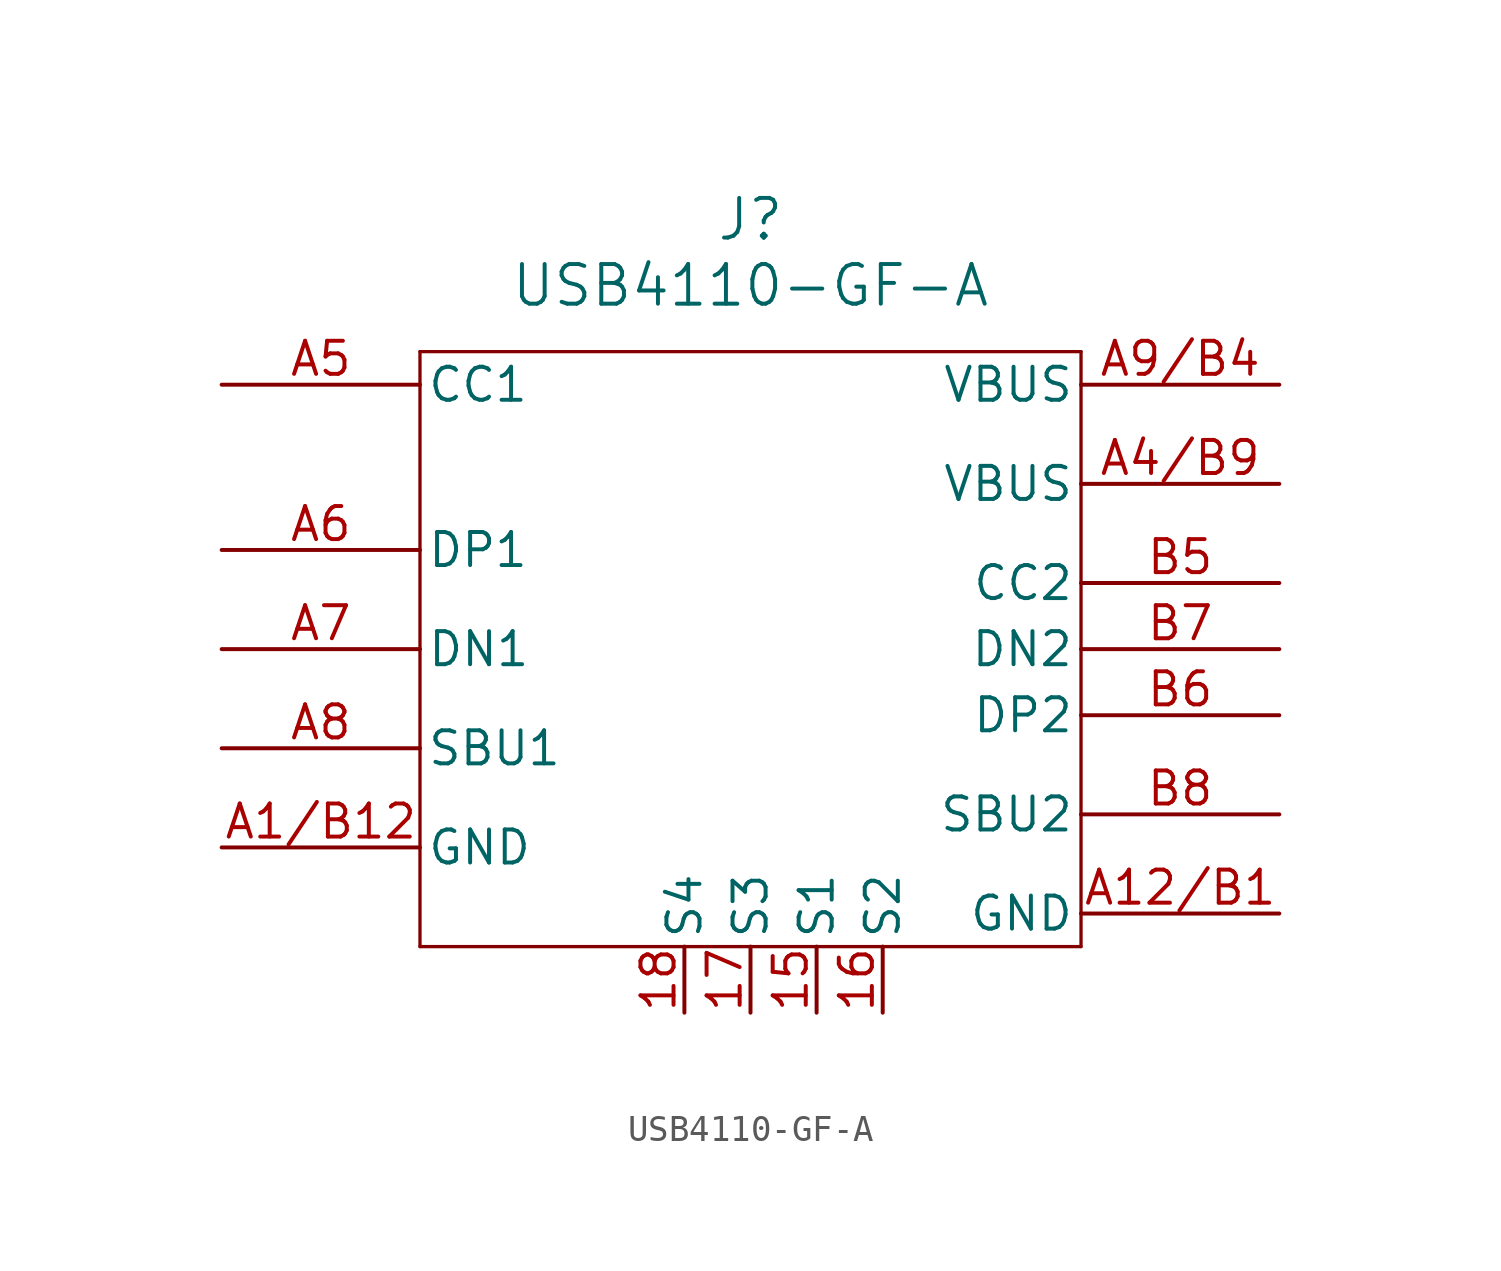
<source format=kicad_sym>
(kicad_symbol_lib
  (version 20231120)
  (generator "kicad_symbol_editor")
  (generator_version "8.0")
  (symbol "USB4110-GF-A"
    (pin_names
      (offset 0.254))
    (property "Reference" "J"
      (at 20.32 10.16 0)
      (effects (font (size 1.524 1.524))))
    (property "Value" "USB4110-GF-A"
      (at 20.32 7.62 0)
      (effects (font (size 1.524 1.524))))
    (property "ki_locked" ""
      (at 0 0 0)
      (effects (font (size 1.27 1.27))))
    (symbol "USB4110-GF-A_0_0"
      (pin power_out line (at 22.86 -20.32 90) (length 2.54) (name "S1" (effects (font (size 1.27 1.27)))) (number "15" (effects (font (size 1.27 1.27)))))
      (pin power_out line (at 25.4 -20.32 90) (length 2.54) (name "S2" (effects (font (size 1.27 1.27)))) (number "16" (effects (font (size 1.27 1.27)))))
      (pin power_out line (at 20.32 -20.32 90) (length 2.54) (name "S3" (effects (font (size 1.27 1.27)))) (number "17" (effects (font (size 1.27 1.27)))))
      (pin power_out line (at 17.78 -20.32 90) (length 2.54) (name "S4" (effects (font (size 1.27 1.27)))) (number "18" (effects (font (size 1.27 1.27))))))
    (symbol "USB4110-GF-A_0_1"
      (polyline (pts (xy 7.62 -17.78) (xy 33.02 -17.78)) (stroke (width 0.127) (type default)) (fill (type none)))
      (polyline (pts (xy 7.62 5.08) (xy 7.62 -17.78)) (stroke (width 0.127) (type default)) (fill (type none)))
      (polyline (pts (xy 33.02 -17.78) (xy 33.02 5.08)) (stroke (width 0.127) (type default)) (fill (type none)))
      (polyline (pts (xy 33.02 5.08) (xy 7.62 5.08)) (stroke (width 0.127) (type default)) (fill (type none)))
      (pin power_out line (at 0 -13.97 0) (length 7.62) (name "GND" (effects (font (size 1.27 1.27)))) (number "A1/B12" (effects (font (size 1.27 1.27)))))
      (pin power_out line (at 40.64 -16.51 180) (length 7.62) (name "GND" (effects (font (size 1.27 1.27)))) (number "A12/B1" (effects (font (size 1.27 1.27)))))
      (pin power_in line (at 40.64 0 180) (length 7.62) (name "VBUS" (effects (font (size 1.27 1.27)))) (number "A4/B9" (effects (font (size 1.27 1.27)))))
      (pin bidirectional line (at 0 3.81 0) (length 7.62) (name "CC1" (effects (font (size 1.27 1.27)))) (number "A5" (effects (font (size 1.27 1.27)))))
      (pin bidirectional line (at 0 -2.54 0) (length 7.62) (name "DP1" (effects (font (size 1.27 1.27)))) (number "A6" (effects (font (size 1.27 1.27)))))
      (pin bidirectional line (at 0 -6.35 0) (length 7.62) (name "DN1" (effects (font (size 1.27 1.27)))) (number "A7" (effects (font (size 1.27 1.27)))))
      (pin bidirectional line (at 0 -10.16 0) (length 7.62) (name "SBU1" (effects (font (size 1.27 1.27)))) (number "A8" (effects (font (size 1.27 1.27)))))
      (pin power_in line (at 40.64 3.81 180) (length 7.62) (name "VBUS" (effects (font (size 1.27 1.27)))) (number "A9/B4" (effects (font (size 1.27 1.27)))))
      (pin bidirectional line (at 40.64 -3.81 180) (length 7.62) (name "CC2" (effects (font (size 1.27 1.27)))) (number "B5" (effects (font (size 1.27 1.27)))))
      (pin bidirectional line (at 40.64 -8.89 180) (length 7.62) (name "DP2" (effects (font (size 1.27 1.27)))) (number "B6" (effects (font (size 1.27 1.27)))))
      (pin bidirectional line (at 40.64 -6.35 180) (length 7.62) (name "DN2" (effects (font (size 1.27 1.27)))) (number "B7" (effects (font (size 1.27 1.27)))))
      (pin bidirectional line (at 40.64 -12.7 180) (length 7.62) (name "SBU2" (effects (font (size 1.27 1.27)))) (number "B8" (effects (font (size 1.27 1.27))))))))
</source>
